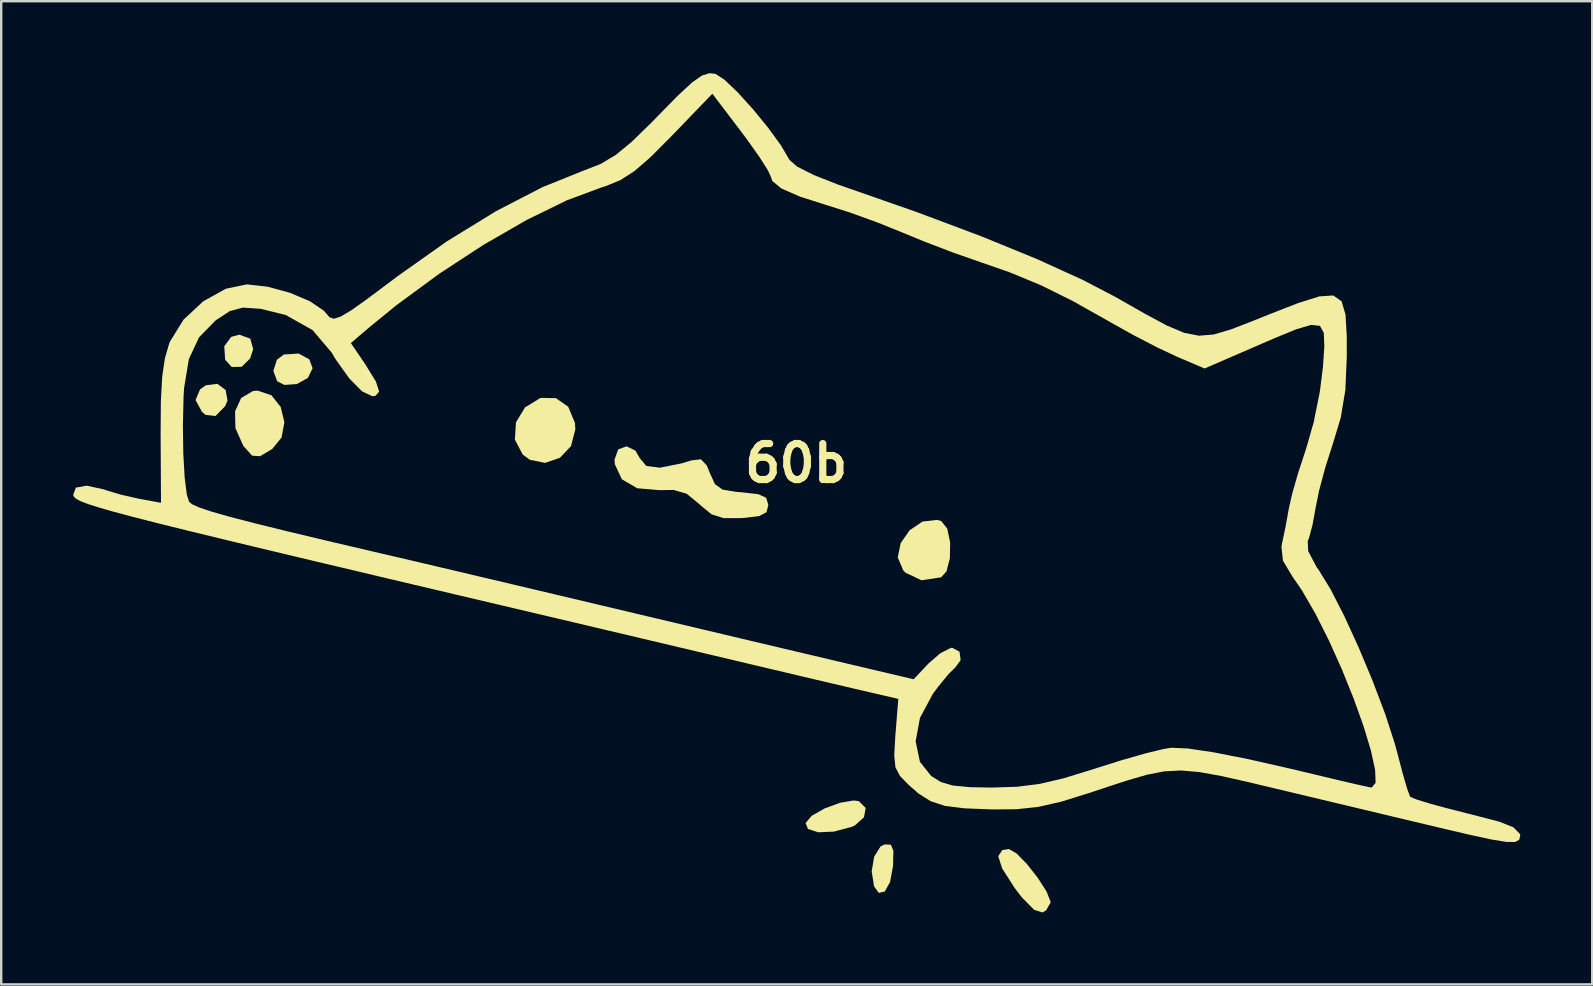
<source format=kicad_pcb>
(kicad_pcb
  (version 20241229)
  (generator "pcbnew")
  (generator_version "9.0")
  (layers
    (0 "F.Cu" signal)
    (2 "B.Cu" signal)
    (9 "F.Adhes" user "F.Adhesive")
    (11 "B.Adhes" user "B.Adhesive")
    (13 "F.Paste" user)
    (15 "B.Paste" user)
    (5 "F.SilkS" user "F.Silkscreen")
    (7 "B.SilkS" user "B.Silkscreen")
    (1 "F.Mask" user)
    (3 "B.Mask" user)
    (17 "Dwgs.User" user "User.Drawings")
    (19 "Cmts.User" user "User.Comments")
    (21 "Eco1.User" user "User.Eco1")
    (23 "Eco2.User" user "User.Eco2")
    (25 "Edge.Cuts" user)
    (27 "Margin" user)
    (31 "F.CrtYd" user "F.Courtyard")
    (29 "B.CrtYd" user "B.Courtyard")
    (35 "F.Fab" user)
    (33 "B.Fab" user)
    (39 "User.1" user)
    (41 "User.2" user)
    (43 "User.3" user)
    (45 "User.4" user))
  (footprint "60b"
    (layer "F.Cu")
    (at 30.136 16.259)
    (property "Reference" "60b" (at 0 0 0) (layer "F.SilkS") (effects (font (size 1.5 1.5) (thickness 0.3))))
    (attr board_only exclude_from_pos_files exclude_from_bom)
    (fp_poly (pts (xy -22.755 -5.194) (xy -22.633 -4.761) (xy -22.76 -4.369) (xy -23.115 -4.021) (xy -23.529 -4.013) (xy -23.801 -4.311) (xy -23.839 -4.876) (xy -23.551 -5.269) (xy -23.213 -5.36)) (stroke (width 0) (type solid)) (fill yes) (layer "F.SilkS"))
    (fp_poly (pts (xy -23.78 -3.052) (xy -23.704 -2.611) (xy -23.799 -2.383) (xy -24.205 -1.97) (xy -24.62 -2.018) (xy -24.768 -2.141) (xy -25.035 -2.636) (xy -24.848 -3.08) (xy -24.609 -3.249) (xy -24.126 -3.312)) (stroke (width 0) (type solid)) (fill yes) (layer "F.SilkS"))
    (fp_poly (pts (xy -20.292 -4.329) (xy -20.157 -3.961) (xy -20.354 -3.558) (xy -20.812 -3.302) (xy -21.331 -3.265) (xy -21.633 -3.418) (xy -21.793 -3.852) (xy -21.644 -4.315) (xy -21.355 -4.534) (xy -20.738 -4.574)) (stroke (width 0) (type solid)) (fill yes) (layer "F.SilkS"))
    (fp_poly (pts (xy 3.946 15.9) (xy 4.05 16.149) (xy 4.038 16.741) (xy 4.034 16.798) (xy 3.91 17.458) (xy 3.691 17.849) (xy 3.441 17.907) (xy 3.245 17.633) (xy 3.145 17.01) (xy 3.25 16.395) (xy 3.514 15.97) (xy 3.685 15.886)) (stroke (width 0) (type solid)) (fill yes) (layer "F.SilkS"))
    (fp_poly (pts (xy -10.016 -2.715) (xy -9.501 -2.353) (xy -9.224 -1.687) (xy -9.205 -1.418) (xy -9.388 -0.714) (xy -9.852 -0.227) (xy -10.467 -0.017) (xy -11.106 -0.146) (xy -11.402 -0.366) (xy -11.726 -0.986) (xy -11.681 -1.706) (xy -11.302 -2.33) (xy -10.655 -2.725)) (stroke (width 0) (type solid)) (fill yes) (layer "F.SilkS"))
    (fp_poly (pts (xy 2.614 14.085) (xy 2.895 14.367) (xy 2.825 14.753) (xy 2.445 15.094) (xy 2.315 15.153) (xy 1.565 15.353) (xy 0.917 15.38) (xy 0.49 15.244) (xy 0.391 14.995) (xy 0.645 14.693) (xy 1.183 14.387) (xy 1.826 14.15) (xy 2.399 14.054)) (stroke (width 0) (type solid)) (fill yes) (layer "F.SilkS"))
    (fp_poly (pts (xy -21.873 -2.835) (xy -21.486 -2.347) (xy -21.333 -1.711) (xy -21.451 -1.071) (xy -21.84 -0.596) (xy -22.347 -0.293) (xy -22.679 -0.317) (xy -23.014 -0.69) (xy -23.057 -0.751) (xy -23.374 -1.467) (xy -23.389 -2.164) (xy -23.135 -2.72) (xy -22.642 -3.012) (xy -22.457 -3.029)) (stroke (width 0) (type solid)) (fill yes) (layer "F.SilkS"))
    (fp_poly (pts (xy 6.044 2.409) (xy 6.295 2.723) (xy 6.416 3.301) (xy 6.405 3.956) (xy 6.263 4.506) (xy 6.04 4.752) (xy 5.221 4.877) (xy 4.559 4.563) (xy 4.457 4.46) (xy 4.233 3.923) (xy 4.353 3.329) (xy 4.725 2.793) (xy 5.26 2.431) (xy 5.869 2.36)) (stroke (width 0) (type solid)) (fill yes) (layer "F.SilkS"))
    (fp_poly (pts (xy 9.18 16.258) (xy 9.617 16.705) (xy 10.07 17.281) (xy 10.434 17.849) (xy 10.601 18.272) (xy 10.603 18.303) (xy 10.416 18.634) (xy 10.266 18.721) (xy 9.917 18.612) (xy 9.408 18.098) (xy 9.094 17.687) (xy 8.585 16.89) (xy 8.419 16.377) (xy 8.592 16.121) (xy 8.867 16.079)) (stroke (width 0) (type solid)) (fill yes) (layer "F.SilkS"))
    (fp_poly (pts (xy -6.7 -0.527) (xy -6.518 -0.21) (xy -6.246 0.112) (xy -5.685 0.184) (xy -4.79 0.007) (xy -4.367 -0.12) (xy -3.974 -0.166) (xy -3.727 0.089) (xy -3.591 0.426) (xy -3.386 0.871) (xy -3.074 1.096) (xy -2.499 1.193) (xy -2.253 1.211) (xy -1.578 1.288) (xy -1.253 1.439) (xy -1.165 1.722) (xy -1.165 1.748) (xy -1.239 2.039) (xy -1.538 2.198) (xy -2.176 2.278) (xy -2.277 2.285) (xy -3.023 2.288) (xy -3.527 2.129) (xy -4.006 1.737) (xy -4.04 1.702) (xy -4.564 1.271) (xy -5.111 1.112) (xy -5.69 1.121) (xy -6.627 1.041) (xy -7.268 0.667) (xy -7.561 0.037) (xy -7.573 -0.153) (xy -7.419 -0.579) (xy -7.071 -0.707)) (stroke (width 0) (type solid)) (fill yes) (layer "F.SilkS"))
    (fp_poly (pts (xy -3.362 -16.229) (xy -2.988 -15.985) (xy -2.44 -15.461) (xy -1.805 -14.762) (xy -1.175 -13.991) (xy -0.638 -13.253) (xy -0.284 -12.652) (xy -0.279 -12.641) (xy 0.038 -12.366) (xy 0.731 -12.014) (xy 1.724 -11.623) (xy 2.051 -11.509) (xy 5.045 -10.462) (xy 7.715 -9.46) (xy 10.026 -8.515) (xy 11.946 -7.642) (xy 13.3 -6.935) (xy 14.533 -6.233) (xy 15.456 -5.737) (xy 16.173 -5.436) (xy 16.786 -5.317) (xy 17.398 -5.367) (xy 18.11 -5.576) (xy 19.027 -5.93) (xy 19.661 -6.185) (xy 20.916 -6.676) (xy 21.803 -6.956) (xy 22.386 -6.994) (xy 22.729 -6.753) (xy 22.894 -6.202) (xy 22.946 -5.306) (xy 22.948 -4.441) (xy 22.889 -3.061) (xy 22.694 -1.892) (xy 22.374 -0.833) (xy 22.058 0.152) (xy 21.795 1.134) (xy 21.651 1.847) (xy 21.52 2.565) (xy 21.373 3.116) (xy 21.32 3.243) (xy 21.34 3.663) (xy 21.679 4.308) (xy 21.791 4.468) (xy 22.274 5.255) (xy 22.843 6.367) (xy 23.445 7.683) (xy 24.03 9.083) (xy 24.546 10.446) (xy 24.939 11.652) (xy 25.054 12.074) (xy 25.273 12.91) (xy 25.461 13.555) (xy 25.582 13.887) (xy 25.594 13.904) (xy 25.862 14.016) (xy 26.446 14.195) (xy 27.067 14.362) (xy 27.985 14.597) (xy 28.87 14.825) (xy 29.303 14.937) (xy 29.891 15.172) (xy 30.17 15.456) (xy 30.177 15.505) (xy 30.135 15.691) (xy 29.964 15.785) (xy 29.594 15.782) (xy 28.956 15.677) (xy 27.98 15.464) (xy 27.148 15.269) (xy 26.189 15.041) (xy 24.9 14.734) (xy 23.401 14.376) (xy 21.816 13.998) (xy 20.483 13.68) (xy 18.929 13.309) (xy 17.734 13.038) (xy 16.802 12.87) (xy 16.035 12.804) (xy 15.339 12.841) (xy 14.617 12.982) (xy 13.772 13.227) (xy 12.708 13.577) (xy 12.238 13.734) (xy 11.04 14.106) (xy 10.082 14.324) (xy 9.175 14.42) (xy 8.16 14.428) (xy 7.013 14.382) (xy 6.204 14.281) (xy 5.608 14.088) (xy 5.099 13.766) (xy 4.688 13.408) (xy 4.324 13.034) (xy 4.136 12.676) (xy 4.085 12.18) (xy 4.129 11.389) (xy 4.136 11.301) (xy 4.255 9.82) (xy 3.059 9.544) (xy 2.442 9.4) (xy 1.471 9.172) (xy 0.246 8.884) (xy -1.132 8.558) (xy -2.33 8.274) (xy -4.078 7.86) (xy -6.059 7.391) (xy -8.072 6.915) (xy -9.918 6.479) (xy -10.603 6.318) (xy -14.026 5.511) (xy -17.024 4.803) (xy -19.625 4.186) (xy -21.856 3.655) (xy -23.747 3.201) (xy -25.326 2.817) (xy -26.62 2.497) (xy -27.659 2.232) (xy -28.469 2.015) (xy -29.08 1.84) (xy -29.52 1.699) (xy -29.818 1.585) (xy -30 1.49) (xy -30.096 1.408) (xy -30.134 1.331) (xy -30.136 1.322) (xy -30.023 1.015) (xy -29.572 0.933) (xy -28.86 1.088) (xy -28.736 1.133) (xy -28.132 1.312) (xy -27.393 1.479) (xy -27.336 1.49) (xy -26.476 1.647) (xy -26.491 -1.215) (xy -26.489 -1.566) (xy -25.563 -1.566) (xy -25.546 -0.404) (xy -25.49 0.587) (xy -25.4 1.301) (xy -25.306 1.602) (xy -25.171 1.713) (xy -24.869 1.848) (xy -24.361 2.017) (xy -23.607 2.232) (xy -22.568 2.501) (xy -21.206 2.837) (xy -19.48 3.248) (xy -17.351 3.747) (xy -16.545 3.934) (xy -15.826 4.102) (xy -14.733 4.359) (xy -13.345 4.687) (xy -11.741 5.066) (xy -9.999 5.478) (xy -8.2 5.905) (xy -8.039 5.943) (xy -6.15 6.391) (xy -4.23 6.846) (xy -2.379 7.285) (xy -0.693 7.684) (xy 0.73 8.02) (xy 1.748 8.261) (xy 4.894 9.003) (xy 5.511 8.346) (xy 6.004 7.919) (xy 6.436 7.698) (xy 6.502 7.69) (xy 6.808 7.856) (xy 6.853 8.209) (xy 6.626 8.515) (xy 6.352 8.783) (xy 5.933 9.293) (xy 5.694 9.612) (xy 5.158 10.614) (xy 4.978 11.588) (xy 5.156 12.443) (xy 5.624 13.033) (xy 6.027 13.284) (xy 6.528 13.432) (xy 7.257 13.501) (xy 8.155 13.516) (xy 9.196 13.483) (xy 10.136 13.366) (xy 11.146 13.13) (xy 12.398 12.745) (xy 12.516 12.706) (xy 13.583 12.37) (xy 14.551 12.093) (xy 15.297 11.912) (xy 15.636 11.857) (xy 16.336 11.889) (xy 17.409 12.049) (xy 18.875 12.339) (xy 20.755 12.766) (xy 21.597 12.968) (xy 22.564 13.2) (xy 23.352 13.383) (xy 23.858 13.494) (xy 23.986 13.516) (xy 24.149 13.319) (xy 24.128 12.779) (xy 23.95 11.964) (xy 23.642 10.946) (xy 23.23 9.797) (xy 22.741 8.586) (xy 22.202 7.386) (xy 21.64 6.267) (xy 21.08 5.301) (xy 20.682 4.722) (xy 20.286 4.059) (xy 20.224 3.471) (xy 20.253 3.321) (xy 20.399 2.623) (xy 20.536 1.864) (xy 20.682 1.229) (xy 20.937 0.348) (xy 21.245 -0.583) (xy 21.566 -1.701) (xy 21.825 -2.987) (xy 21.955 -4.02) (xy 22.011 -4.872) (xy 21.99 -5.435) (xy 21.828 -5.727) (xy 21.461 -5.768) (xy 20.826 -5.579) (xy 19.858 -5.18) (xy 19.183 -4.888) (xy 17.021 -3.95) (xy 15.851 -4.45) (xy 15.055 -4.824) (xy 14.068 -5.336) (xy 13.098 -5.877) (xy 13.05 -5.906) (xy 11.525 -6.764) (xy 10.195 -7.423) (xy 8.884 -7.964) (xy 7.69 -8.379) (xy 6.58 -8.767) (xy 5.346 -9.238) (xy 4.433 -9.614) (xy 3.378 -10.039) (xy 2.243 -10.45) (xy 1.379 -10.725) (xy 0.162 -11.111) (xy -0.622 -11.455) (xy -1.001 -11.769) (xy -1.049 -11.923) (xy -1.182 -12.213) (xy -1.536 -12.769) (xy -2.047 -13.49) (xy -2.272 -13.791) (xy -3.495 -15.404) (xy -5.208 -13.625) (xy -6.071 -12.76) (xy -6.743 -12.178) (xy -7.333 -11.8) (xy -7.945 -11.549) (xy -8.121 -11.495) (xy -9.564 -10.958) (xy -11.234 -10.141) (xy -13.038 -9.102) (xy -14.88 -7.898) (xy -16.667 -6.585) (xy -17.786 -5.672) (xy -18.562 -5.01) (xy -17.961 -4.126) (xy -17.519 -3.409) (xy -17.382 -2.986) (xy -17.539 -2.809) (xy -17.669 -2.796) (xy -18.092 -2.995) (xy -18.626 -3.534) (xy -19.193 -4.328) (xy -19.366 -4.618) (xy -20.159 -5.551) (xy -21.278 -6.181) (xy -22.318 -6.437) (xy -23.059 -6.488) (xy -23.608 -6.343) (xy -24.201 -5.952) (xy -24.89 -5.249) (xy -25.313 -4.345) (xy -25.514 -3.136) (xy -25.534 -2.796) (xy -25.563 -1.566) (xy -26.489 -1.566) (xy -26.481 -2.597) (xy -26.425 -3.618) (xy -26.313 -4.38) (xy -26.135 -4.987) (xy -26.099 -5.077) (xy -25.539 -5.983) (xy -24.716 -6.75) (xy -23.771 -7.275) (xy -22.894 -7.457) (xy -22.028 -7.359) (xy -21.096 -7.104) (xy -20.263 -6.75) (xy -19.687 -6.358) (xy -19.594 -6.25) (xy -19.45 -6.082) (xy -19.27 -6.024) (xy -18.992 -6.11) (xy -18.552 -6.372) (xy -17.886 -6.844) (xy -16.931 -7.558) (xy -16.626 -7.789) (xy -14.562 -9.249) (xy -12.508 -10.51) (xy -10.56 -11.517) (xy -8.81 -12.219) (xy -8.781 -12.229) (xy -8.131 -12.486) (xy -7.524 -12.85) (xy -6.858 -13.397) (xy -6.029 -14.205) (xy -5.735 -14.507) (xy -4.919 -15.338) (xy -4.341 -15.872) (xy -3.929 -16.161) (xy -3.612 -16.259)) (stroke (width 0) (type solid)) (fill yes) (layer "F.SilkS")))
  (gr_rect
    (start -3 -3)
    (end 63.313 37.98)
    (stroke (width 0.1) (type default))
    (fill no)
    (layer "Edge.Cuts")))
</source>
